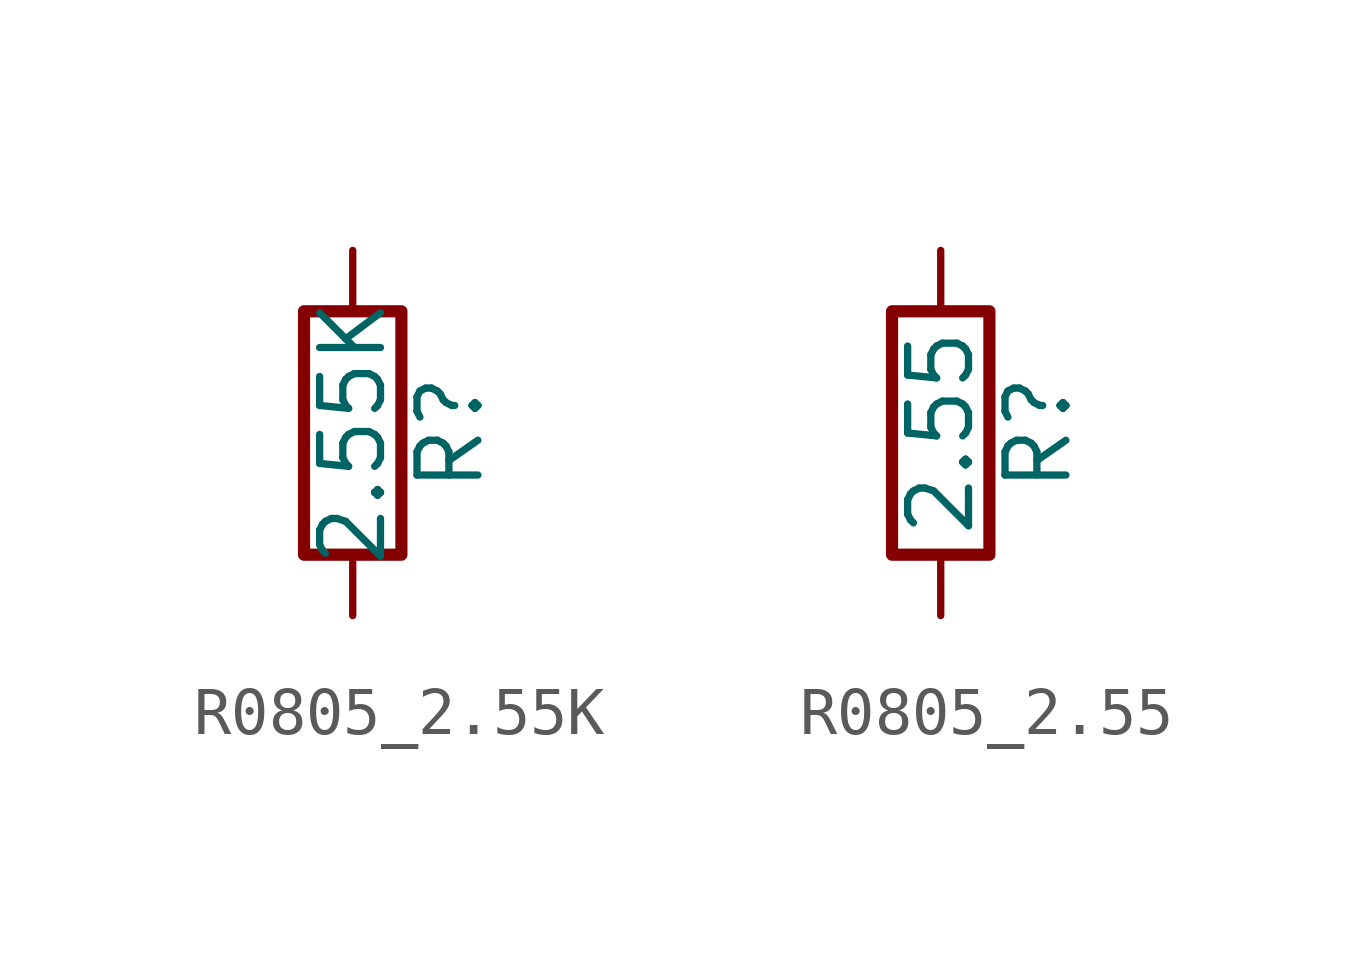
<source format=kicad_sym>
(kicad_symbol_lib
  (version 20211014)
  (generator atlantix-eda)
  (symbol "R0805_2.55K"
    (pin_numbers hide)
    (pin_names
      (offset 0))
    (property "Reference" "R"
      (at 2.032 0 90)
      (effects (font (size 1.27 1.27))))
    (property "Value" "2.55K"
      (at 0 0 90)
      (effects (font (size 1.27 1.27))))
    (symbol "R0805_2.55K_0_1"
      (rectangle (start -1.016 -2.54) (end 1.016 2.54) (stroke (width 0.254) (type default) (color 0 0 0 0)) (fill (type none))))
    (symbol "R0805_2.55K_1_1"
      (pin passive line (at 0 3.81 270) (length 1.27) (name "~" (effects (font (size 1.27 1.27)))) (number "1" (effects (font (size 1.27 1.27)))))
      (pin passive line (at 0 -3.81 90) (length 1.27) (name "~" (effects (font (size 1.27 1.27)))) (number "2" (effects (font (size 1.27 1.27)))))))
  (symbol "R0805_2.55"
    (pin_numbers hide)
    (pin_names
      (offset 0))
    (property "Reference" "R"
      (at 2.032 0 90)
      (effects (font (size 1.27 1.27))))
    (property "Value" "2.55"
      (at 0 0 90)
      (effects (font (size 1.27 1.27))))
    (symbol "R0805_2.55_0_1"
      (rectangle (start -1.016 -2.54) (end 1.016 2.54) (stroke (width 0.254) (type default) (color 0 0 0 0)) (fill (type none))))
    (symbol "R0805_2.55_1_1"
      (pin passive line (at 0 3.81 270) (length 1.27) (name "~" (effects (font (size 1.27 1.27)))) (number "1" (effects (font (size 1.27 1.27)))))
      (pin passive line (at 0 -3.81 90) (length 1.27) (name "~" (effects (font (size 1.27 1.27)))) (number "2" (effects (font (size 1.27 1.27))))))))
</source>
